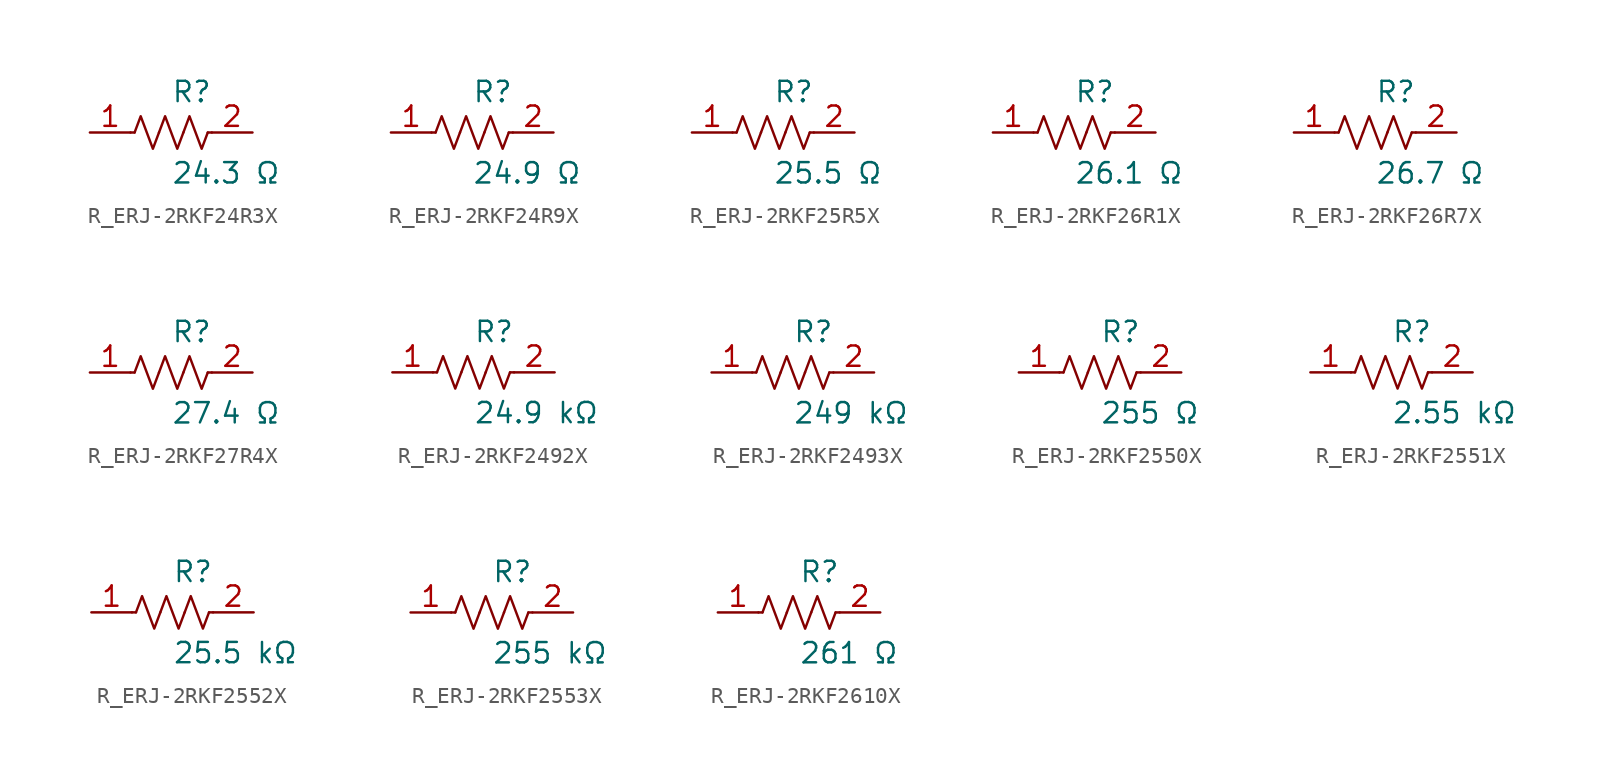
<source format=kicad_sym>
(kicad_symbol_lib
  (version 20231120)
  (generator kicad_symbol_editor)
  (generator_version 8.0)
  (symbol "R_ERJ-2RKF24R3X"
    (pin_names
      (offset 0.254))
    (property "Reference" "R"
      (at 0 2.54 0)
      (effects (font (size 1.27 1.27)) (justify left)))
    (property "Value" "24.3 Ω"
      (at 0 -2.54 0)
      (effects (font (size 1.27 1.27)) (justify left)))
    (symbol "R_ERJ-2RKF24R3X_0_1"
      (polyline (pts (xy 2.286 0) (xy 2.54 0)) (stroke (width 0) (type default)) (fill (type none)))
      (polyline (pts (xy -2.286 0) (xy -2.54 0)) (stroke (width 0) (type default)) (fill (type none)))
      (polyline (pts (xy 0.762 0) (xy 1.143 1.016) (xy 1.524 0) (xy 1.905 -1.016) (xy 2.286 0)) (stroke (width 0) (type default)) (fill (type none)))
      (polyline (pts (xy -0.762 0) (xy -0.381 1.016) (xy 0 0) (xy 0.381 -1.016) (xy 0.762 0)) (stroke (width 0) (type default)) (fill (type none)))
      (polyline (pts (xy -2.286 0) (xy -1.905 1.016) (xy -1.524 0) (xy -1.143 -1.016) (xy -0.762 0)) (stroke (width 0) (type default)) (fill (type none))))
    (pin unspecified line
      (at -5.08 0 0)
      (length 2.54)
      (name "" (effects (font (size 1.27 1.27))))
      (number "1" (effects (font (size 1.27 1.27)))))
    (pin unspecified line
      (at 5.08 0 180)
      (length 2.54)
      (name "" (effects (font (size 1.27 1.27))))
      (number "2" (effects (font (size 1.27 1.27))))))
  (symbol "R_ERJ-2RKF24R9X"
    (pin_names
      (offset 0.254))
    (property "Reference" "R"
      (at 0 2.54 0)
      (effects (font (size 1.27 1.27)) (justify left)))
    (property "Value" "24.9 Ω"
      (at 0 -2.54 0)
      (effects (font (size 1.27 1.27)) (justify left)))
    (symbol "R_ERJ-2RKF24R9X_0_1"
      (polyline (pts (xy 2.286 0) (xy 2.54 0)) (stroke (width 0) (type default)) (fill (type none)))
      (polyline (pts (xy -2.286 0) (xy -2.54 0)) (stroke (width 0) (type default)) (fill (type none)))
      (polyline (pts (xy 0.762 0) (xy 1.143 1.016) (xy 1.524 0) (xy 1.905 -1.016) (xy 2.286 0)) (stroke (width 0) (type default)) (fill (type none)))
      (polyline (pts (xy -0.762 0) (xy -0.381 1.016) (xy 0 0) (xy 0.381 -1.016) (xy 0.762 0)) (stroke (width 0) (type default)) (fill (type none)))
      (polyline (pts (xy -2.286 0) (xy -1.905 1.016) (xy -1.524 0) (xy -1.143 -1.016) (xy -0.762 0)) (stroke (width 0) (type default)) (fill (type none))))
    (pin unspecified line
      (at -5.08 0 0)
      (length 2.54)
      (name "" (effects (font (size 1.27 1.27))))
      (number "1" (effects (font (size 1.27 1.27)))))
    (pin unspecified line
      (at 5.08 0 180)
      (length 2.54)
      (name "" (effects (font (size 1.27 1.27))))
      (number "2" (effects (font (size 1.27 1.27))))))
  (symbol "R_ERJ-2RKF25R5X"
    (pin_names
      (offset 0.254))
    (property "Reference" "R"
      (at 0 2.54 0)
      (effects (font (size 1.27 1.27)) (justify left)))
    (property "Value" "25.5 Ω"
      (at 0 -2.54 0)
      (effects (font (size 1.27 1.27)) (justify left)))
    (symbol "R_ERJ-2RKF25R5X_0_1"
      (polyline (pts (xy 2.286 0) (xy 2.54 0)) (stroke (width 0) (type default)) (fill (type none)))
      (polyline (pts (xy -2.286 0) (xy -2.54 0)) (stroke (width 0) (type default)) (fill (type none)))
      (polyline (pts (xy 0.762 0) (xy 1.143 1.016) (xy 1.524 0) (xy 1.905 -1.016) (xy 2.286 0)) (stroke (width 0) (type default)) (fill (type none)))
      (polyline (pts (xy -0.762 0) (xy -0.381 1.016) (xy 0 0) (xy 0.381 -1.016) (xy 0.762 0)) (stroke (width 0) (type default)) (fill (type none)))
      (polyline (pts (xy -2.286 0) (xy -1.905 1.016) (xy -1.524 0) (xy -1.143 -1.016) (xy -0.762 0)) (stroke (width 0) (type default)) (fill (type none))))
    (pin unspecified line
      (at -5.08 0 0)
      (length 2.54)
      (name "" (effects (font (size 1.27 1.27))))
      (number "1" (effects (font (size 1.27 1.27)))))
    (pin unspecified line
      (at 5.08 0 180)
      (length 2.54)
      (name "" (effects (font (size 1.27 1.27))))
      (number "2" (effects (font (size 1.27 1.27))))))
  (symbol "R_ERJ-2RKF26R1X"
    (pin_names
      (offset 0.254))
    (property "Reference" "R"
      (at 0 2.54 0)
      (effects (font (size 1.27 1.27)) (justify left)))
    (property "Value" "26.1 Ω"
      (at 0 -2.54 0)
      (effects (font (size 1.27 1.27)) (justify left)))
    (symbol "R_ERJ-2RKF26R1X_0_1"
      (polyline (pts (xy 2.286 0) (xy 2.54 0)) (stroke (width 0) (type default)) (fill (type none)))
      (polyline (pts (xy -2.286 0) (xy -2.54 0)) (stroke (width 0) (type default)) (fill (type none)))
      (polyline (pts (xy 0.762 0) (xy 1.143 1.016) (xy 1.524 0) (xy 1.905 -1.016) (xy 2.286 0)) (stroke (width 0) (type default)) (fill (type none)))
      (polyline (pts (xy -0.762 0) (xy -0.381 1.016) (xy 0 0) (xy 0.381 -1.016) (xy 0.762 0)) (stroke (width 0) (type default)) (fill (type none)))
      (polyline (pts (xy -2.286 0) (xy -1.905 1.016) (xy -1.524 0) (xy -1.143 -1.016) (xy -0.762 0)) (stroke (width 0) (type default)) (fill (type none))))
    (pin unspecified line
      (at -5.08 0 0)
      (length 2.54)
      (name "" (effects (font (size 1.27 1.27))))
      (number "1" (effects (font (size 1.27 1.27)))))
    (pin unspecified line
      (at 5.08 0 180)
      (length 2.54)
      (name "" (effects (font (size 1.27 1.27))))
      (number "2" (effects (font (size 1.27 1.27))))))
  (symbol "R_ERJ-2RKF26R7X"
    (pin_names
      (offset 0.254))
    (property "Reference" "R"
      (at 0 2.54 0)
      (effects (font (size 1.27 1.27)) (justify left)))
    (property "Value" "26.7 Ω"
      (at 0 -2.54 0)
      (effects (font (size 1.27 1.27)) (justify left)))
    (symbol "R_ERJ-2RKF26R7X_0_1"
      (polyline (pts (xy 2.286 0) (xy 2.54 0)) (stroke (width 0) (type default)) (fill (type none)))
      (polyline (pts (xy -2.286 0) (xy -2.54 0)) (stroke (width 0) (type default)) (fill (type none)))
      (polyline (pts (xy 0.762 0) (xy 1.143 1.016) (xy 1.524 0) (xy 1.905 -1.016) (xy 2.286 0)) (stroke (width 0) (type default)) (fill (type none)))
      (polyline (pts (xy -0.762 0) (xy -0.381 1.016) (xy 0 0) (xy 0.381 -1.016) (xy 0.762 0)) (stroke (width 0) (type default)) (fill (type none)))
      (polyline (pts (xy -2.286 0) (xy -1.905 1.016) (xy -1.524 0) (xy -1.143 -1.016) (xy -0.762 0)) (stroke (width 0) (type default)) (fill (type none))))
    (pin unspecified line
      (at -5.08 0 0)
      (length 2.54)
      (name "" (effects (font (size 1.27 1.27))))
      (number "1" (effects (font (size 1.27 1.27)))))
    (pin unspecified line
      (at 5.08 0 180)
      (length 2.54)
      (name "" (effects (font (size 1.27 1.27))))
      (number "2" (effects (font (size 1.27 1.27))))))
  (symbol "R_ERJ-2RKF27R4X"
    (pin_names
      (offset 0.254))
    (property "Reference" "R"
      (at 0 2.54 0)
      (effects (font (size 1.27 1.27)) (justify left)))
    (property "Value" "27.4 Ω"
      (at 0 -2.54 0)
      (effects (font (size 1.27 1.27)) (justify left)))
    (symbol "R_ERJ-2RKF27R4X_0_1"
      (polyline (pts (xy 2.286 0) (xy 2.54 0)) (stroke (width 0) (type default)) (fill (type none)))
      (polyline (pts (xy -2.286 0) (xy -2.54 0)) (stroke (width 0) (type default)) (fill (type none)))
      (polyline (pts (xy 0.762 0) (xy 1.143 1.016) (xy 1.524 0) (xy 1.905 -1.016) (xy 2.286 0)) (stroke (width 0) (type default)) (fill (type none)))
      (polyline (pts (xy -0.762 0) (xy -0.381 1.016) (xy 0 0) (xy 0.381 -1.016) (xy 0.762 0)) (stroke (width 0) (type default)) (fill (type none)))
      (polyline (pts (xy -2.286 0) (xy -1.905 1.016) (xy -1.524 0) (xy -1.143 -1.016) (xy -0.762 0)) (stroke (width 0) (type default)) (fill (type none))))
    (pin unspecified line
      (at -5.08 0 0)
      (length 2.54)
      (name "" (effects (font (size 1.27 1.27))))
      (number "1" (effects (font (size 1.27 1.27)))))
    (pin unspecified line
      (at 5.08 0 180)
      (length 2.54)
      (name "" (effects (font (size 1.27 1.27))))
      (number "2" (effects (font (size 1.27 1.27))))))
  (symbol "R_ERJ-2RKF2492X"
    (pin_names
      (offset 0.254))
    (property "Reference" "R"
      (at 0 2.54 0)
      (effects (font (size 1.27 1.27)) (justify left)))
    (property "Value" "24.9 kΩ"
      (at 0 -2.54 0)
      (effects (font (size 1.27 1.27)) (justify left)))
    (symbol "R_ERJ-2RKF2492X_0_1"
      (polyline (pts (xy 2.286 0) (xy 2.54 0)) (stroke (width 0) (type default)) (fill (type none)))
      (polyline (pts (xy -2.286 0) (xy -2.54 0)) (stroke (width 0) (type default)) (fill (type none)))
      (polyline (pts (xy 0.762 0) (xy 1.143 1.016) (xy 1.524 0) (xy 1.905 -1.016) (xy 2.286 0)) (stroke (width 0) (type default)) (fill (type none)))
      (polyline (pts (xy -0.762 0) (xy -0.381 1.016) (xy 0 0) (xy 0.381 -1.016) (xy 0.762 0)) (stroke (width 0) (type default)) (fill (type none)))
      (polyline (pts (xy -2.286 0) (xy -1.905 1.016) (xy -1.524 0) (xy -1.143 -1.016) (xy -0.762 0)) (stroke (width 0) (type default)) (fill (type none))))
    (pin unspecified line
      (at -5.08 0 0)
      (length 2.54)
      (name "" (effects (font (size 1.27 1.27))))
      (number "1" (effects (font (size 1.27 1.27)))))
    (pin unspecified line
      (at 5.08 0 180)
      (length 2.54)
      (name "" (effects (font (size 1.27 1.27))))
      (number "2" (effects (font (size 1.27 1.27))))))
  (symbol "R_ERJ-2RKF2493X"
    (pin_names
      (offset 0.254))
    (property "Reference" "R"
      (at 0 2.54 0)
      (effects (font (size 1.27 1.27)) (justify left)))
    (property "Value" "249 kΩ"
      (at 0 -2.54 0)
      (effects (font (size 1.27 1.27)) (justify left)))
    (symbol "R_ERJ-2RKF2493X_0_1"
      (polyline (pts (xy 2.286 0) (xy 2.54 0)) (stroke (width 0) (type default)) (fill (type none)))
      (polyline (pts (xy -2.286 0) (xy -2.54 0)) (stroke (width 0) (type default)) (fill (type none)))
      (polyline (pts (xy 0.762 0) (xy 1.143 1.016) (xy 1.524 0) (xy 1.905 -1.016) (xy 2.286 0)) (stroke (width 0) (type default)) (fill (type none)))
      (polyline (pts (xy -0.762 0) (xy -0.381 1.016) (xy 0 0) (xy 0.381 -1.016) (xy 0.762 0)) (stroke (width 0) (type default)) (fill (type none)))
      (polyline (pts (xy -2.286 0) (xy -1.905 1.016) (xy -1.524 0) (xy -1.143 -1.016) (xy -0.762 0)) (stroke (width 0) (type default)) (fill (type none))))
    (pin unspecified line
      (at -5.08 0 0)
      (length 2.54)
      (name "" (effects (font (size 1.27 1.27))))
      (number "1" (effects (font (size 1.27 1.27)))))
    (pin unspecified line
      (at 5.08 0 180)
      (length 2.54)
      (name "" (effects (font (size 1.27 1.27))))
      (number "2" (effects (font (size 1.27 1.27))))))
  (symbol "R_ERJ-2RKF2550X"
    (pin_names
      (offset 0.254))
    (property "Reference" "R"
      (at 0 2.54 0)
      (effects (font (size 1.27 1.27)) (justify left)))
    (property "Value" "255 Ω"
      (at 0 -2.54 0)
      (effects (font (size 1.27 1.27)) (justify left)))
    (symbol "R_ERJ-2RKF2550X_0_1"
      (polyline (pts (xy 2.286 0) (xy 2.54 0)) (stroke (width 0) (type default)) (fill (type none)))
      (polyline (pts (xy -2.286 0) (xy -2.54 0)) (stroke (width 0) (type default)) (fill (type none)))
      (polyline (pts (xy 0.762 0) (xy 1.143 1.016) (xy 1.524 0) (xy 1.905 -1.016) (xy 2.286 0)) (stroke (width 0) (type default)) (fill (type none)))
      (polyline (pts (xy -0.762 0) (xy -0.381 1.016) (xy 0 0) (xy 0.381 -1.016) (xy 0.762 0)) (stroke (width 0) (type default)) (fill (type none)))
      (polyline (pts (xy -2.286 0) (xy -1.905 1.016) (xy -1.524 0) (xy -1.143 -1.016) (xy -0.762 0)) (stroke (width 0) (type default)) (fill (type none))))
    (pin unspecified line
      (at -5.08 0 0)
      (length 2.54)
      (name "" (effects (font (size 1.27 1.27))))
      (number "1" (effects (font (size 1.27 1.27)))))
    (pin unspecified line
      (at 5.08 0 180)
      (length 2.54)
      (name "" (effects (font (size 1.27 1.27))))
      (number "2" (effects (font (size 1.27 1.27))))))
  (symbol "R_ERJ-2RKF2551X"
    (pin_names
      (offset 0.254))
    (property "Reference" "R"
      (at 0 2.54 0)
      (effects (font (size 1.27 1.27)) (justify left)))
    (property "Value" "2.55 kΩ"
      (at 0 -2.54 0)
      (effects (font (size 1.27 1.27)) (justify left)))
    (symbol "R_ERJ-2RKF2551X_0_1"
      (polyline (pts (xy 2.286 0) (xy 2.54 0)) (stroke (width 0) (type default)) (fill (type none)))
      (polyline (pts (xy -2.286 0) (xy -2.54 0)) (stroke (width 0) (type default)) (fill (type none)))
      (polyline (pts (xy 0.762 0) (xy 1.143 1.016) (xy 1.524 0) (xy 1.905 -1.016) (xy 2.286 0)) (stroke (width 0) (type default)) (fill (type none)))
      (polyline (pts (xy -0.762 0) (xy -0.381 1.016) (xy 0 0) (xy 0.381 -1.016) (xy 0.762 0)) (stroke (width 0) (type default)) (fill (type none)))
      (polyline (pts (xy -2.286 0) (xy -1.905 1.016) (xy -1.524 0) (xy -1.143 -1.016) (xy -0.762 0)) (stroke (width 0) (type default)) (fill (type none))))
    (pin unspecified line
      (at -5.08 0 0)
      (length 2.54)
      (name "" (effects (font (size 1.27 1.27))))
      (number "1" (effects (font (size 1.27 1.27)))))
    (pin unspecified line
      (at 5.08 0 180)
      (length 2.54)
      (name "" (effects (font (size 1.27 1.27))))
      (number "2" (effects (font (size 1.27 1.27))))))
  (symbol "R_ERJ-2RKF2552X"
    (pin_names
      (offset 0.254))
    (property "Reference" "R"
      (at 0 2.54 0)
      (effects (font (size 1.27 1.27)) (justify left)))
    (property "Value" "25.5 kΩ"
      (at 0 -2.54 0)
      (effects (font (size 1.27 1.27)) (justify left)))
    (symbol "R_ERJ-2RKF2552X_0_1"
      (polyline (pts (xy 2.286 0) (xy 2.54 0)) (stroke (width 0) (type default)) (fill (type none)))
      (polyline (pts (xy -2.286 0) (xy -2.54 0)) (stroke (width 0) (type default)) (fill (type none)))
      (polyline (pts (xy 0.762 0) (xy 1.143 1.016) (xy 1.524 0) (xy 1.905 -1.016) (xy 2.286 0)) (stroke (width 0) (type default)) (fill (type none)))
      (polyline (pts (xy -0.762 0) (xy -0.381 1.016) (xy 0 0) (xy 0.381 -1.016) (xy 0.762 0)) (stroke (width 0) (type default)) (fill (type none)))
      (polyline (pts (xy -2.286 0) (xy -1.905 1.016) (xy -1.524 0) (xy -1.143 -1.016) (xy -0.762 0)) (stroke (width 0) (type default)) (fill (type none))))
    (pin unspecified line
      (at -5.08 0 0)
      (length 2.54)
      (name "" (effects (font (size 1.27 1.27))))
      (number "1" (effects (font (size 1.27 1.27)))))
    (pin unspecified line
      (at 5.08 0 180)
      (length 2.54)
      (name "" (effects (font (size 1.27 1.27))))
      (number "2" (effects (font (size 1.27 1.27))))))
  (symbol "R_ERJ-2RKF2553X"
    (pin_names
      (offset 0.254))
    (property "Reference" "R"
      (at 0 2.54 0)
      (effects (font (size 1.27 1.27)) (justify left)))
    (property "Value" "255 kΩ"
      (at 0 -2.54 0)
      (effects (font (size 1.27 1.27)) (justify left)))
    (symbol "R_ERJ-2RKF2553X_0_1"
      (polyline (pts (xy 2.286 0) (xy 2.54 0)) (stroke (width 0) (type default)) (fill (type none)))
      (polyline (pts (xy -2.286 0) (xy -2.54 0)) (stroke (width 0) (type default)) (fill (type none)))
      (polyline (pts (xy 0.762 0) (xy 1.143 1.016) (xy 1.524 0) (xy 1.905 -1.016) (xy 2.286 0)) (stroke (width 0) (type default)) (fill (type none)))
      (polyline (pts (xy -0.762 0) (xy -0.381 1.016) (xy 0 0) (xy 0.381 -1.016) (xy 0.762 0)) (stroke (width 0) (type default)) (fill (type none)))
      (polyline (pts (xy -2.286 0) (xy -1.905 1.016) (xy -1.524 0) (xy -1.143 -1.016) (xy -0.762 0)) (stroke (width 0) (type default)) (fill (type none))))
    (pin unspecified line
      (at -5.08 0 0)
      (length 2.54)
      (name "" (effects (font (size 1.27 1.27))))
      (number "1" (effects (font (size 1.27 1.27)))))
    (pin unspecified line
      (at 5.08 0 180)
      (length 2.54)
      (name "" (effects (font (size 1.27 1.27))))
      (number "2" (effects (font (size 1.27 1.27))))))
  (symbol "R_ERJ-2RKF2610X"
    (pin_names
      (offset 0.254))
    (property "Reference" "R"
      (at 0 2.54 0)
      (effects (font (size 1.27 1.27)) (justify left)))
    (property "Value" "261 Ω"
      (at 0 -2.54 0)
      (effects (font (size 1.27 1.27)) (justify left)))
    (symbol "R_ERJ-2RKF2610X_0_1"
      (polyline (pts (xy 2.286 0) (xy 2.54 0)) (stroke (width 0) (type default)) (fill (type none)))
      (polyline (pts (xy -2.286 0) (xy -2.54 0)) (stroke (width 0) (type default)) (fill (type none)))
      (polyline (pts (xy 0.762 0) (xy 1.143 1.016) (xy 1.524 0) (xy 1.905 -1.016) (xy 2.286 0)) (stroke (width 0) (type default)) (fill (type none)))
      (polyline (pts (xy -0.762 0) (xy -0.381 1.016) (xy 0 0) (xy 0.381 -1.016) (xy 0.762 0)) (stroke (width 0) (type default)) (fill (type none)))
      (polyline (pts (xy -2.286 0) (xy -1.905 1.016) (xy -1.524 0) (xy -1.143 -1.016) (xy -0.762 0)) (stroke (width 0) (type default)) (fill (type none))))
    (pin unspecified line
      (at -5.08 0 0)
      (length 2.54)
      (name "" (effects (font (size 1.27 1.27))))
      (number "1" (effects (font (size 1.27 1.27)))))
    (pin unspecified line
      (at 5.08 0 180)
      (length 2.54)
      (name "" (effects (font (size 1.27 1.27))))
      (number "2" (effects (font (size 1.27 1.27)))))))
</source>
